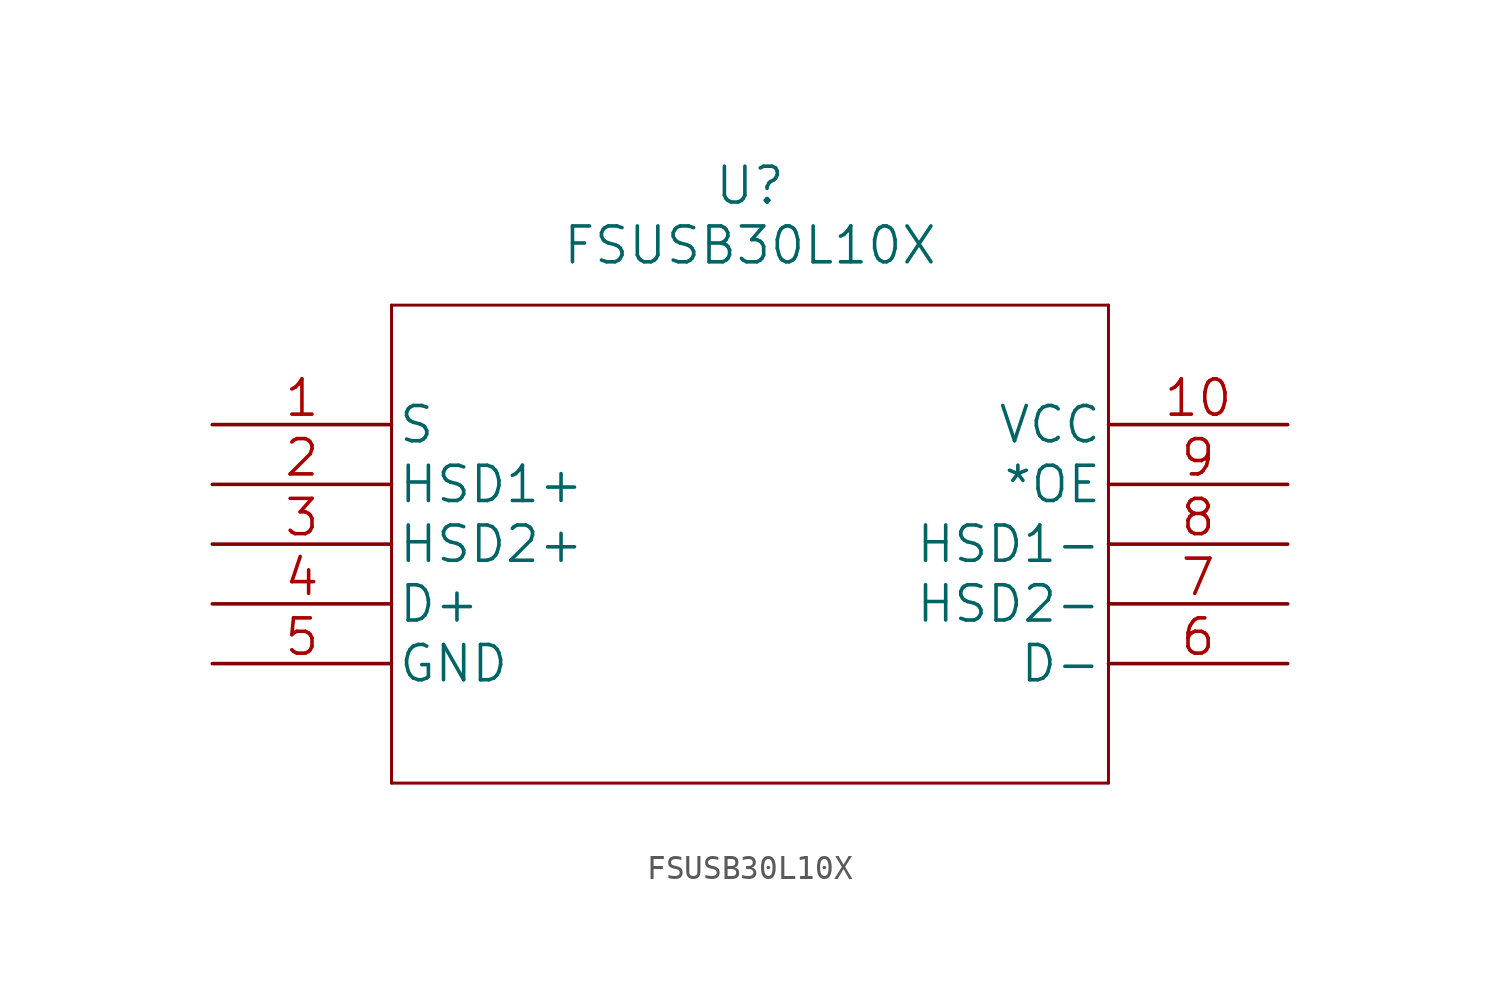
<source format=kicad_sym>
(kicad_symbol_lib
  (version 20211014)
  (generator kicad_symbol_editor)
  (symbol "FSUSB30L10X"
    (pin_names
      (offset 0.254))
    (property "Reference" "U"
      (at 22.86 10.16 0)
      (effects (font (size 1.524 1.524))))
    (property "Value" "FSUSB30L10X"
      (at 22.86 7.62 0)
      (effects (font (size 1.524 1.524))))
    (property "Datasheet" ""
      (at 0 0 0)
      (effects (font (size 1.524 1.524))))
    (property "ki_locked" ""
      (at 0 0 0)
      (effects (font (size 1.27 1.27))))
    (symbol "FSUSB30L10X_1_1"
      (polyline (pts (xy 7.62 -15.24) (xy 38.1 -15.24)) (stroke (width 0.127) (type default) (color 0 0 0 0)) (fill (type none)))
      (polyline (pts (xy 7.62 5.08) (xy 7.62 -15.24)) (stroke (width 0.127) (type default) (color 0 0 0 0)) (fill (type none)))
      (polyline (pts (xy 38.1 -15.24) (xy 38.1 5.08)) (stroke (width 0.127) (type default) (color 0 0 0 0)) (fill (type none)))
      (polyline (pts (xy 38.1 5.08) (xy 7.62 5.08)) (stroke (width 0.127) (type default) (color 0 0 0 0)) (fill (type none)))
      (pin unspecified line (at 0 0 0) (length 7.62) (name "S" (effects (font (size 1.499 1.499)))) (number "1" (effects (font (size 1.499 1.499)))))
      (pin power_in line (at 45.72 0 180) (length 7.62) (name "VCC" (effects (font (size 1.499 1.499)))) (number "10" (effects (font (size 1.499 1.499)))))
      (pin bidirectional line (at 0 -2.54 0) (length 7.62) (name "HSD1+" (effects (font (size 1.499 1.499)))) (number "2" (effects (font (size 1.499 1.499)))))
      (pin bidirectional line (at 0 -5.08 0) (length 7.62) (name "HSD2+" (effects (font (size 1.499 1.499)))) (number "3" (effects (font (size 1.499 1.499)))))
      (pin unspecified line (at 0 -7.62 0) (length 7.62) (name "D+" (effects (font (size 1.499 1.499)))) (number "4" (effects (font (size 1.499 1.499)))))
      (pin power_in line (at 0 -10.16 0) (length 7.62) (name "GND" (effects (font (size 1.499 1.499)))) (number "5" (effects (font (size 1.499 1.499)))))
      (pin unspecified line (at 45.72 -10.16 180) (length 7.62) (name "D-" (effects (font (size 1.499 1.499)))) (number "6" (effects (font (size 1.499 1.499)))))
      (pin bidirectional line (at 45.72 -7.62 180) (length 7.62) (name "HSD2-" (effects (font (size 1.499 1.499)))) (number "7" (effects (font (size 1.499 1.499)))))
      (pin bidirectional line (at 45.72 -5.08 180) (length 7.62) (name "HSD1-" (effects (font (size 1.499 1.499)))) (number "8" (effects (font (size 1.499 1.499)))))
      (pin unspecified line (at 45.72 -2.54 180) (length 7.62) (name "*OE" (effects (font (size 1.499 1.499)))) (number "9" (effects (font (size 1.499 1.499))))))))
</source>
